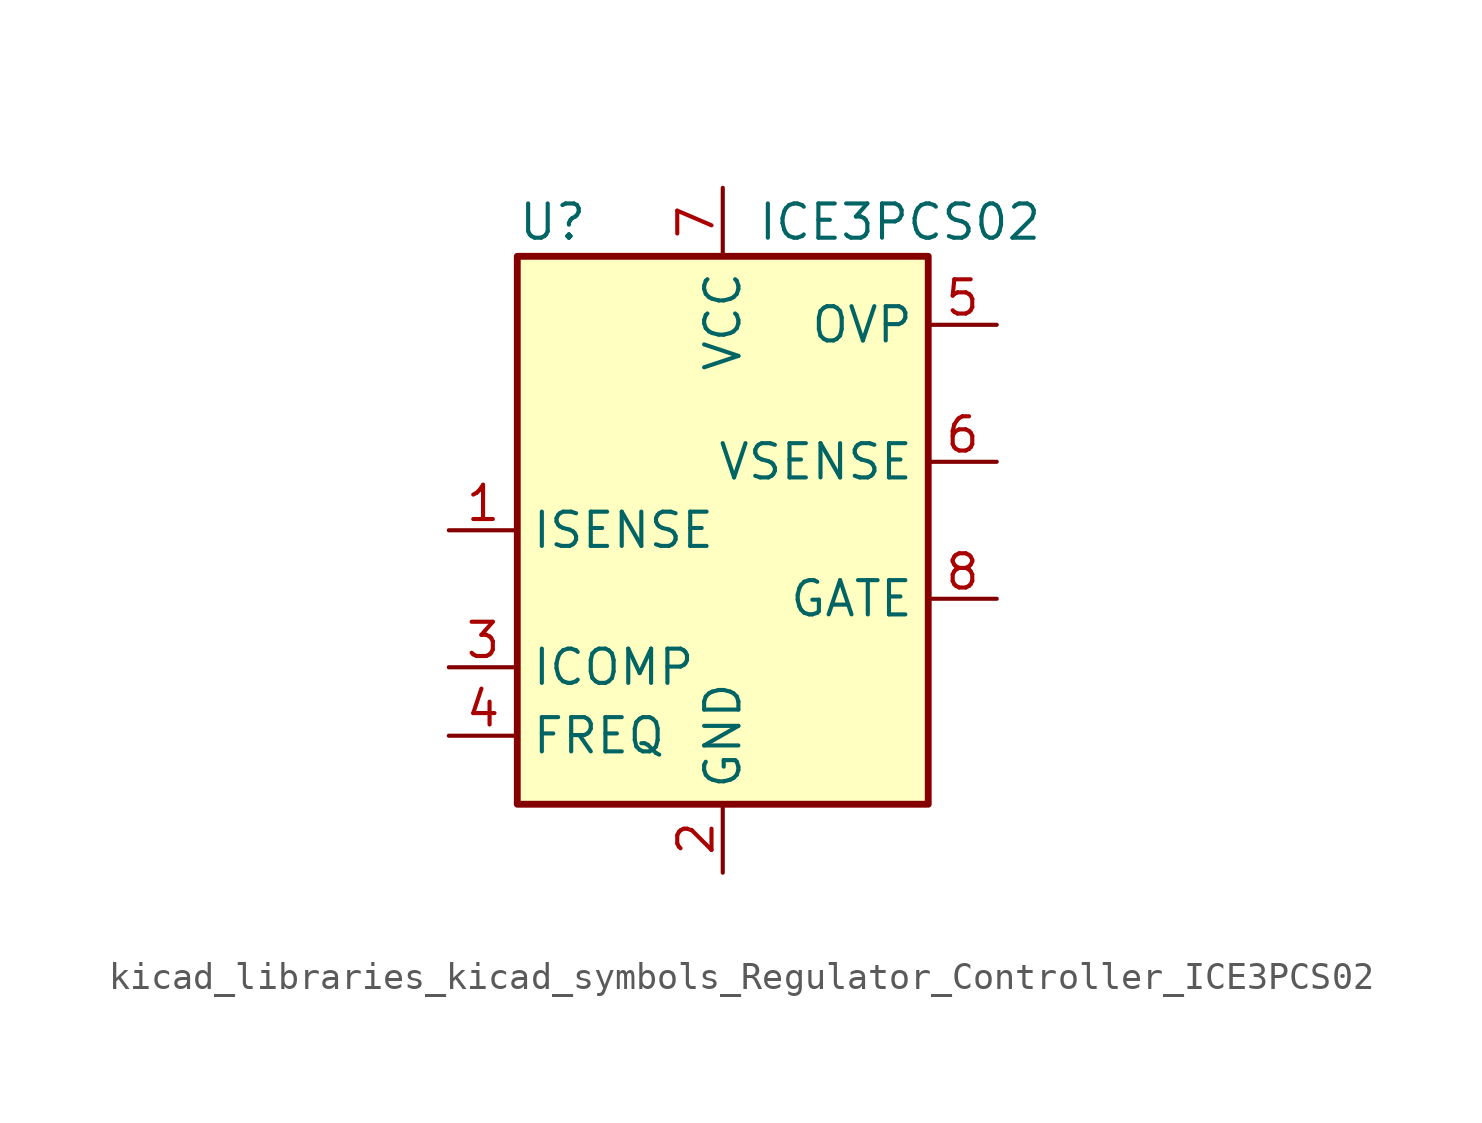
<source format=kicad_sym>
(kicad_symbol_lib
  (version 20220914)
  (generator kicad_symbol_editor)
  (symbol "kicad_libraries_kicad_symbols_Regulator_Controller_ICE3PCS02"
    (property "Reference" "U"
      (at -7.62 11.43 0)
      (effects (font (size 1.27 1.27)) (justify left)))
    (property "Value" "ICE3PCS02"
      (at 1.27 11.43 0)
      (effects (font (size 1.27 1.27)) (justify left)))
    (symbol "kicad_libraries_kicad_symbols_Regulator_Controller_ICE3PCS02_0_0"
      (rectangle (start -7.62 10.16) (end 7.62 -10.16) (stroke (width 0.254) (type default)) (fill (type background))))
    (symbol "kicad_libraries_kicad_symbols_Regulator_Controller_ICE3PCS02_1_1"
      (pin input line (at -10.16 0 0) (length 2.54) (name "ISENSE" (effects (font (size 1.27 1.27)))) (number "1" (effects (font (size 1.27 1.27)))))
      (pin power_in line (at 0 -12.7 90) (length 2.54) (name "GND" (effects (font (size 1.27 1.27)))) (number "2" (effects (font (size 1.27 1.27)))))
      (pin passive line (at -10.16 -5.08 0) (length 2.54) (name "ICOMP" (effects (font (size 1.27 1.27)))) (number "3" (effects (font (size 1.27 1.27)))))
      (pin passive line (at -10.16 -7.62 0) (length 2.54) (name "FREQ" (effects (font (size 1.27 1.27)))) (number "4" (effects (font (size 1.27 1.27)))))
      (pin input line (at 10.16 7.62 180) (length 2.54) (name "OVP" (effects (font (size 1.27 1.27)))) (number "5" (effects (font (size 1.27 1.27)))))
      (pin input line (at 10.16 2.54 180) (length 2.54) (name "VSENSE" (effects (font (size 1.27 1.27)))) (number "6" (effects (font (size 1.27 1.27)))))
      (pin power_in line (at 0 12.7 270) (length 2.54) (name "VCC" (effects (font (size 1.27 1.27)))) (number "7" (effects (font (size 1.27 1.27)))))
      (pin output line (at 10.16 -2.54 180) (length 2.54) (name "GATE" (effects (font (size 1.27 1.27)))) (number "8" (effects (font (size 1.27 1.27))))))))
</source>
